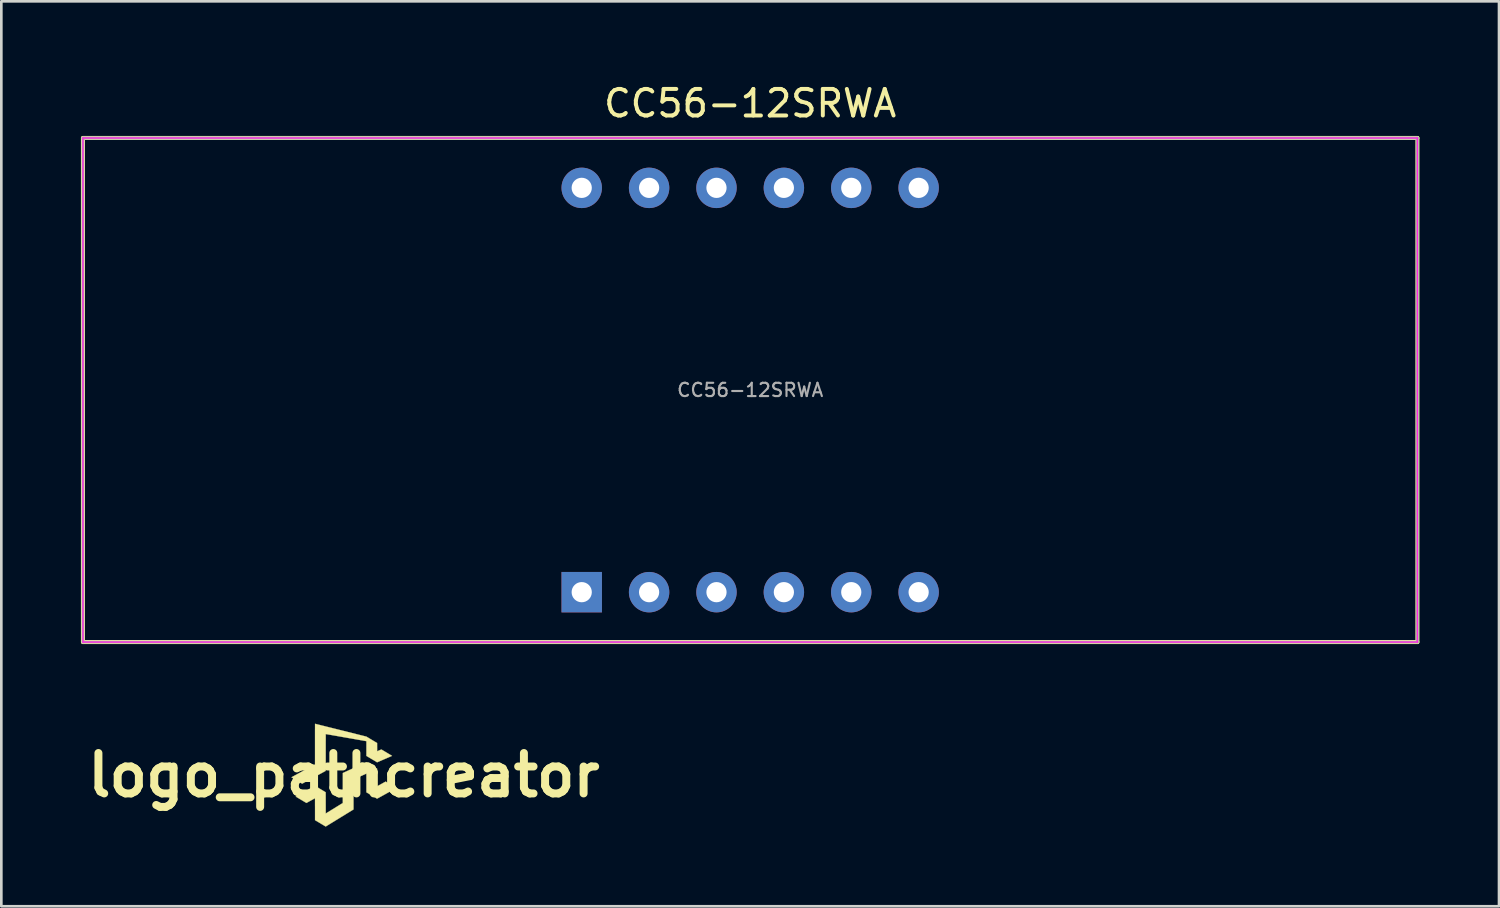
<source format=kicad_pcb>
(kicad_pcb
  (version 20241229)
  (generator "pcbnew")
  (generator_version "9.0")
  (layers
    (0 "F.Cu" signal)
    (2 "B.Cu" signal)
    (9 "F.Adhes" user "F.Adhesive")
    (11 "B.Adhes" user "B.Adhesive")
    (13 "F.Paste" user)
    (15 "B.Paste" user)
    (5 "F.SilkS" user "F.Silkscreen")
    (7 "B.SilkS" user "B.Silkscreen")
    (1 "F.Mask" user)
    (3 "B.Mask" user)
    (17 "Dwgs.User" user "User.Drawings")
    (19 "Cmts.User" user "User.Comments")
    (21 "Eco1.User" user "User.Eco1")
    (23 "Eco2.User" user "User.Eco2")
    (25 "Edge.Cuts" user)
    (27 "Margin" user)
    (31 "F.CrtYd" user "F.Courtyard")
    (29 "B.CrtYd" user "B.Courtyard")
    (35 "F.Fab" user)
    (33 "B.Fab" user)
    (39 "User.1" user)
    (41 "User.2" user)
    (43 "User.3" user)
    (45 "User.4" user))
  (footprint "CC56-12SRWA"
    (layer "F.Cu")
    (at 25.227 11.651)
    (property "Reference" "CC56-12SRWA" (at 0 -10.803 0) (layer "F.SilkS") (effects (font (size 1 1) (thickness 0.15))))
    (attr through_hole)
    (fp_line (start -25.15 -9.5) (end -25.15 9.5) (stroke (width 0.153) (type solid)) (layer "F.SilkS"))
    (fp_line (start -25.15 -9.5) (end 25.15 -9.5) (stroke (width 0.153) (type solid)) (layer "F.SilkS"))
    (fp_line (start -25.15 9.5) (end 25.15 9.5) (stroke (width 0.153) (type solid)) (layer "F.SilkS"))
    (fp_line (start 25.15 -9.5) (end 25.15 9.5) (stroke (width 0.153) (type solid)) (layer "F.SilkS"))
    (fp_line (start -25.15 -9.5) (end -25.15 9.5) (stroke (width 0.05) (type solid)) (layer "F.CrtYd"))
    (fp_line (start -25.15 -9.5) (end 25.15 -9.5) (stroke (width 0.05) (type solid)) (layer "F.CrtYd"))
    (fp_line (start -25.15 9.5) (end 25.15 9.5) (stroke (width 0.05) (type solid)) (layer "F.CrtYd"))
    (fp_line (start 25.15 -9.5) (end 25.15 9.5) (stroke (width 0.05) (type solid)) (layer "F.CrtYd"))
    (fp_line (start -25.15 -9.5) (end -25.15 9.5) (stroke (width 0.1) (type solid)) (layer "F.Fab"))
    (fp_line (start -25.15 -9.5) (end 25.15 -9.5) (stroke (width 0.1) (type solid)) (layer "F.Fab"))
    (fp_line (start -25.15 -9.5) (end 25.15 -9.5) (stroke (width 0.1) (type solid)) (layer "F.Fab"))
    (fp_line (start -25.15 9.5) (end 25.15 9.5) (stroke (width 0.1) (type solid)) (layer "F.Fab"))
    (fp_line (start 25.15 -9.5) (end 25.15 9.5) (stroke (width 0.1) (type solid)) (layer "F.Fab"))
    (fp_text user "${REFERENCE}" (at 0 0 0) (layer "F.Fab") (effects (font (size 0.5 0.5) (thickness 0.08))))
    (pad "1" thru_hole rect (at -6.35 7.62 90) (size 1.524 1.524) (drill 0.762) (layers "*.Cu" "*.Mask"))
    (pad "2" thru_hole circle (at -3.81 7.62 90) (size 1.524 1.524) (drill 0.762) (layers "*.Cu" "*.Mask"))
    (pad "3" thru_hole circle (at -1.27 7.62 90) (size 1.524 1.524) (drill 0.762) (layers "*.Cu" "*.Mask"))
    (pad "4" thru_hole circle (at 1.27 7.62 90) (size 1.524 1.524) (drill 0.762) (layers "*.Cu" "*.Mask"))
    (pad "5" thru_hole circle (at 3.81 7.62 90) (size 1.524 1.524) (drill 0.762) (layers "*.Cu" "*.Mask"))
    (pad "6" thru_hole circle (at 6.35 7.62 90) (size 1.524 1.524) (drill 0.762) (layers "*.Cu" "*.Mask"))
    (pad "7" thru_hole circle (at 6.35 -7.62 270) (size 1.524 1.524) (drill 0.762) (layers "*.Cu" "*.Mask"))
    (pad "8" thru_hole circle (at 3.81 -7.62 270) (size 1.524 1.524) (drill 0.762) (layers "*.Cu" "*.Mask"))
    (pad "9" thru_hole circle (at 1.27 -7.62 270) (size 1.524 1.524) (drill 0.762) (layers "*.Cu" "*.Mask"))
    (pad "10" thru_hole circle (at -1.27 -7.62 270) (size 1.524 1.524) (drill 0.762) (layers "*.Cu" "*.Mask"))
    (pad "11" thru_hole circle (at -3.81 -7.62 270) (size 1.524 1.524) (drill 0.762) (layers "*.Cu" "*.Mask"))
    (pad "12" thru_hole circle (at -6.35 -7.62 270) (size 1.524 1.524) (drill 0.762) (layers "*.Cu" "*.Mask")))
  (footprint "logo_pathcreator"
    (layer "F.Cu")
    (at 9.913 26.168)
    (property "Reference" "logo_pathcreator" (at 0 0 0) (layer "F.SilkS") (effects (font (size 1.524 1.524) (thickness 0.3))))
    (attr through_hole)
    (fp_poly (pts (xy -1.085 -1.935) (xy -1.08 -1.934) (xy -1.072 -1.932) (xy -1.061 -1.929) (xy -1.047 -1.926) (xy -1.03 -1.921) (xy -1.011 -1.917) (xy -0.988 -1.911) (xy -0.964 -1.905) (xy -0.936 -1.898) (xy -0.907 -1.891) (xy -0.875 -1.883) (xy -0.841 -1.874) (xy -0.805 -1.865) (xy -0.766 -1.856) (xy -0.726 -1.846) (xy -0.684 -1.835) (xy -0.641 -1.824) (xy -0.595 -1.813) (xy -0.548 -1.801) (xy -0.5 -1.789) (xy -0.45 -1.777) (xy -0.399 -1.764) (xy -0.347 -1.751) (xy -0.294 -1.738) (xy -0.239 -1.724) (xy -0.184 -1.71) (xy -0.128 -1.696) (xy -0.118 -1.694) (xy 0.849 -1.452) (xy 1.05 -1.331) (xy 1.251 -1.211) (xy 1.252 -0.899) (xy 1.331 -0.933) (xy 1.346 -0.94) (xy 1.361 -0.946) (xy 1.374 -0.952) (xy 1.386 -0.956) (xy 1.396 -0.96) (xy 1.404 -0.964) (xy 1.41 -0.966) (xy 1.413 -0.966) (xy 1.413 -0.966) (xy 1.415 -0.965) (xy 1.419 -0.963) (xy 1.426 -0.959) (xy 1.436 -0.954) (xy 1.447 -0.947) (xy 1.46 -0.939) (xy 1.475 -0.93) (xy 1.491 -0.921) (xy 1.509 -0.91) (xy 1.528 -0.899) (xy 1.547 -0.887) (xy 1.567 -0.875) (xy 1.588 -0.863) (xy 1.609 -0.851) (xy 1.629 -0.838) (xy 1.65 -0.826) (xy 1.671 -0.813) (xy 1.69 -0.801) (xy 1.709 -0.79) (xy 1.728 -0.779) (xy 1.744 -0.769) (xy 1.76 -0.76) (xy 1.774 -0.751) (xy 1.786 -0.744) (xy 1.796 -0.737) (xy 1.804 -0.733) (xy 1.81 -0.729) (xy 1.813 -0.727) (xy 1.814 -0.727) (xy 1.812 -0.726) (xy 1.808 -0.724) (xy 1.8 -0.721) (xy 1.79 -0.716) (xy 1.778 -0.711) (xy 1.763 -0.704) (xy 1.746 -0.697) (xy 1.727 -0.689) (xy 1.706 -0.68) (xy 1.684 -0.67) (xy 1.66 -0.66) (xy 1.634 -0.649) (xy 1.607 -0.637) (xy 1.579 -0.625) (xy 1.55 -0.613) (xy 1.532 -0.605) (xy 1.251 -0.484) (xy 1.05 -0.605) (xy 0.848 -0.726) (xy 0.848 -1.003) (xy 0.848 -1.041) (xy 0.848 -1.077) (xy 0.848 -1.11) (xy 0.848 -1.14) (xy 0.848 -1.168) (xy 0.848 -1.193) (xy 0.848 -1.215) (xy 0.848 -1.233) (xy 0.848 -1.249) (xy 0.847 -1.262) (xy 0.847 -1.271) (xy 0.847 -1.278) (xy 0.847 -1.281) (xy 0.847 -1.281) (xy 0.845 -1.281) (xy 0.84 -1.282) (xy 0.832 -1.284) (xy 0.821 -1.286) (xy 0.807 -1.288) (xy 0.791 -1.291) (xy 0.772 -1.294) (xy 0.75 -1.298) (xy 0.726 -1.302) (xy 0.7 -1.307) (xy 0.672 -1.312) (xy 0.642 -1.317) (xy 0.61 -1.323) (xy 0.577 -1.329) (xy 0.542 -1.335) (xy 0.505 -1.341) (xy 0.468 -1.348) (xy 0.429 -1.355) (xy 0.389 -1.362) (xy 0.348 -1.369) (xy 0.306 -1.376) (xy 0.264 -1.384) (xy 0.221 -1.391) (xy 0.177 -1.399) (xy 0.134 -1.406) (xy 0.09 -1.414) (xy 0.046 -1.422) (xy 0.003 -1.429) (xy -0.041 -1.437) (xy -0.084 -1.445) (xy -0.127 -1.452) (xy -0.169 -1.459) (xy -0.21 -1.467) (xy -0.25 -1.474) (xy -0.29 -1.481) (xy -0.328 -1.487) (xy -0.365 -1.494) (xy -0.401 -1.5) (xy -0.435 -1.506) (xy -0.467 -1.512) (xy -0.498 -1.517) (xy -0.527 -1.522) (xy -0.554 -1.527) (xy -0.579 -1.531) (xy -0.601 -1.535) (xy -0.621 -1.538) (xy -0.639 -1.542) (xy -0.654 -1.544) (xy -0.666 -1.546) (xy -0.675 -1.548) (xy -0.681 -1.549) (xy -0.684 -1.549) (xy -0.684 -1.549) (xy -0.685 -1.548) (xy -0.685 -1.543) (xy -0.685 -1.535) (xy -0.685 -1.524) (xy -0.685 -1.509) (xy -0.685 -1.492) (xy -0.685 -1.473) (xy -0.685 -1.451) (xy -0.685 -1.426) (xy -0.685 -1.399) (xy -0.685 -1.369) (xy -0.685 -1.338) (xy -0.685 -1.304) (xy -0.686 -1.269) (xy -0.686 -1.231) (xy -0.686 -1.192) (xy -0.686 -1.152) (xy -0.686 -1.11) (xy -0.686 -1.066) (xy -0.686 -1.021) (xy -0.686 -0.976) (xy -0.686 -0.929) (xy -0.686 -0.881) (xy -0.686 -0.856) (xy -0.686 -0.163) (xy -0.692 -0.159) (xy -0.694 -0.157) (xy -0.7 -0.154) (xy -0.707 -0.15) (xy -0.718 -0.144) (xy -0.73 -0.138) (xy -0.745 -0.129) (xy -0.762 -0.12) (xy -0.781 -0.11) (xy -0.802 -0.098) (xy -0.824 -0.086) (xy -0.848 -0.073) (xy -0.874 -0.059) (xy -0.9 -0.045) (xy -0.928 -0.03) (xy -0.957 -0.014) (xy -0.986 0.002) (xy -1.016 0.018) (xy -1.047 0.035) (xy -1.078 0.052) (xy -1.109 0.069) (xy -1.14 0.086) (xy -1.172 0.103) (xy -1.203 0.12) (xy -1.234 0.137) (xy -1.264 0.154) (xy -1.294 0.17) (xy -1.323 0.186) (xy -1.351 0.201) (xy -1.378 0.216) (xy -1.404 0.23) (xy -1.429 0.243) (xy -1.452 0.256) (xy -1.474 0.267) (xy -1.493 0.278) (xy -1.511 0.288) (xy -1.527 0.297) (xy -1.541 0.304) (xy -1.553 0.31) (xy -1.562 0.315) (xy -1.568 0.319) (xy -1.572 0.321) (xy -1.573 0.321) (xy -1.575 0.32) (xy -1.579 0.318) (xy -1.586 0.314) (xy -1.596 0.308) (xy -1.608 0.301) (xy -1.622 0.293) (xy -1.639 0.283) (xy -1.657 0.272) (xy -1.677 0.26) (xy -1.699 0.247) (xy -1.722 0.234) (xy -1.747 0.219) (xy -1.773 0.203) (xy -1.776 0.201) (xy -1.976 0.081) (xy -1.972 0.078) (xy -1.97 0.077) (xy -1.965 0.074) (xy -1.958 0.07) (xy -1.947 0.065) (xy -1.935 0.058) (xy -1.92 0.05) (xy -1.903 0.04) (xy -1.883 0.03) (xy -1.862 0.018) (xy -1.839 0.005) (xy -1.813 -0.008) (xy -1.787 -0.023) (xy -1.758 -0.039) (xy -1.728 -0.055) (xy -1.697 -0.072) (xy -1.665 -0.089) (xy -1.631 -0.108) (xy -1.597 -0.126) (xy -1.562 -0.146) (xy -1.528 -0.164) (xy -1.089 -0.404) (xy -1.089 -1.17) (xy -1.089 -1.232) (xy -1.089 -1.292) (xy -1.089 -1.348) (xy -1.089 -1.401) (xy -1.089 -1.451) (xy -1.089 -1.498) (xy -1.089 -1.542) (xy -1.089 -1.584) (xy -1.089 -1.622) (xy -1.089 -1.658) (xy -1.089 -1.691) (xy -1.089 -1.722) (xy -1.088 -1.75) (xy -1.088 -1.776) (xy -1.088 -1.8) (xy -1.088 -1.821) (xy -1.088 -1.841) (xy -1.088 -1.858) (xy -1.088 -1.873) (xy -1.088 -1.887) (xy -1.088 -1.898) (xy -1.088 -1.908) (xy -1.088 -1.916) (xy -1.087 -1.923) (xy -1.087 -1.928) (xy -1.087 -1.932) (xy -1.087 -1.934) (xy -1.087 -1.935) (xy -1.087 -1.935) (xy -1.085 -1.935)) (stroke (width 0.01) (type solid)) (fill yes) (layer "F.SilkS"))
    (fp_poly (pts (xy 0.849 -0.482) (xy 0.854 -0.48) (xy 0.861 -0.476) (xy 0.87 -0.47) (xy 0.881 -0.463) (xy 0.895 -0.455) (xy 0.911 -0.446) (xy 0.928 -0.436) (xy 0.947 -0.425) (xy 0.967 -0.412) (xy 0.989 -0.4) (xy 1.011 -0.386) (xy 1.035 -0.372) (xy 1.05 -0.363) (xy 1.251 -0.242) (xy 1.252 0.09) (xy 1.252 0.421) (xy 1.413 0.332) (xy 1.574 0.242) (xy 1.579 0.245) (xy 1.581 0.247) (xy 1.586 0.25) (xy 1.593 0.254) (xy 1.603 0.26) (xy 1.615 0.267) (xy 1.629 0.275) (xy 1.645 0.285) (xy 1.662 0.295) (xy 1.681 0.307) (xy 1.702 0.319) (xy 1.723 0.332) (xy 1.746 0.346) (xy 1.769 0.36) (xy 1.78 0.366) (xy 1.808 0.383) (xy 1.833 0.398) (xy 1.856 0.412) (xy 1.876 0.424) (xy 1.893 0.434) (xy 1.909 0.443) (xy 1.922 0.452) (xy 1.933 0.459) (xy 1.943 0.464) (xy 1.951 0.469) (xy 1.958 0.474) (xy 1.963 0.477) (xy 1.967 0.48) (xy 1.969 0.482) (xy 1.971 0.483) (xy 1.973 0.484) (xy 1.973 0.485) (xy 1.973 0.486) (xy 1.973 0.486) (xy 1.972 0.486) (xy 1.971 0.488) (xy 1.966 0.49) (xy 1.959 0.494) (xy 1.949 0.5) (xy 1.936 0.507) (xy 1.922 0.515) (xy 1.905 0.524) (xy 1.886 0.535) (xy 1.865 0.546) (xy 1.842 0.559) (xy 1.818 0.573) (xy 1.792 0.587) (xy 1.765 0.602) (xy 1.736 0.618) (xy 1.707 0.634) (xy 1.676 0.652) (xy 1.644 0.669) (xy 1.612 0.687) (xy 1.61 0.688) (xy 1.569 0.711) (xy 1.53 0.732) (xy 1.495 0.752) (xy 1.462 0.77) (xy 1.433 0.786) (xy 1.405 0.802) (xy 1.38 0.815) (xy 1.358 0.828) (xy 1.338 0.839) (xy 1.32 0.848) (xy 1.304 0.857) (xy 1.291 0.864) (xy 1.279 0.871) (xy 1.269 0.876) (xy 1.262 0.88) (xy 1.256 0.883) (xy 1.252 0.885) (xy 1.249 0.886) (xy 1.248 0.886) (xy 1.246 0.885) (xy 1.242 0.882) (xy 1.235 0.878) (xy 1.225 0.872) (xy 1.214 0.865) (xy 1.2 0.857) (xy 1.184 0.848) (xy 1.167 0.837) (xy 1.148 0.826) (xy 1.128 0.814) (xy 1.106 0.801) (xy 1.084 0.788) (xy 1.06 0.774) (xy 1.047 0.765) (xy 0.848 0.646) (xy 0.848 0.294) (xy 0.848 0.251) (xy 0.848 0.211) (xy 0.848 0.175) (xy 0.848 0.141) (xy 0.848 0.11) (xy 0.848 0.083) (xy 0.848 0.058) (xy 0.848 0.036) (xy 0.848 0.016) (xy 0.848 -0.001) (xy 0.848 -0.016) (xy 0.848 -0.028) (xy 0.847 -0.038) (xy 0.847 -0.046) (xy 0.847 -0.051) (xy 0.847 -0.055) (xy 0.847 -0.057) (xy 0.846 -0.058) (xy 0.845 -0.057) (xy 0.84 -0.055) (xy 0.833 -0.052) (xy 0.823 -0.047) (xy 0.81 -0.042) (xy 0.796 -0.035) (xy 0.779 -0.027) (xy 0.76 -0.019) (xy 0.74 -0.01) (xy 0.718 0.000067) (xy 0.695 0.011) (xy 0.67 0.022) (xy 0.644 0.033) (xy 0.618 0.046) (xy 0.603 0.052) (xy 0.362 0.162) (xy 0.362 1.292) (xy -0.161 1.614) (xy -0.2 1.638) (xy -0.238 1.661) (xy -0.275 1.684) (xy -0.311 1.706) (xy -0.346 1.728) (xy -0.38 1.749) (xy -0.413 1.769) (xy -0.445 1.788) (xy -0.474 1.806) (xy -0.503 1.824) (xy -0.53 1.84) (xy -0.555 1.856) (xy -0.578 1.87) (xy -0.599 1.883) (xy -0.618 1.895) (xy -0.635 1.905) (xy -0.65 1.914) (xy -0.662 1.922) (xy -0.672 1.928) (xy -0.679 1.932) (xy -0.684 1.935) (xy -0.686 1.936) (xy -0.686 1.936) (xy -0.687 1.936) (xy -0.692 1.933) (xy -0.698 1.929) (xy -0.708 1.924) (xy -0.719 1.917) (xy -0.733 1.909) (xy -0.748 1.9) (xy -0.765 1.889) (xy -0.784 1.878) (xy -0.804 1.866) (xy -0.826 1.853) (xy -0.848 1.84) (xy -0.872 1.826) (xy -0.887 1.816) (xy -1.088 1.696) (xy -1.088 1.283) (xy -1.088 1.238) (xy -1.088 1.197) (xy -1.089 1.159) (xy -1.089 1.124) (xy -1.089 1.092) (xy -1.089 1.062) (xy -1.089 1.036) (xy -1.089 1.011) (xy -1.089 0.99) (xy -1.089 0.97) (xy -1.089 0.953) (xy -1.089 0.938) (xy -1.089 0.924) (xy -1.089 0.913) (xy -1.09 0.903) (xy -1.09 0.895) (xy -1.09 0.888) (xy -1.09 0.883) (xy -1.09 0.878) (xy -1.09 0.875) (xy -1.091 0.873) (xy -1.091 0.872) (xy -1.091 0.871) (xy -1.091 0.871) (xy -1.093 0.872) (xy -1.098 0.874) (xy -1.105 0.878) (xy -1.114 0.884) (xy -1.126 0.89) (xy -1.14 0.898) (xy -1.155 0.906) (xy -1.172 0.916) (xy -1.191 0.926) (xy -1.21 0.937) (xy -1.231 0.948) (xy -1.252 0.96) (xy -1.253 0.96) (xy -1.274 0.972) (xy -1.295 0.983) (xy -1.314 0.994) (xy -1.333 1.004) (xy -1.35 1.014) (xy -1.365 1.022) (xy -1.379 1.03) (xy -1.39 1.036) (xy -1.4 1.041) (xy -1.407 1.045) (xy -1.411 1.047) (xy -1.413 1.048) (xy -1.413 1.048) (xy -1.415 1.047) (xy -1.419 1.044) (xy -1.426 1.04) (xy -1.435 1.035) (xy -1.446 1.028) (xy -1.459 1.021) (xy -1.474 1.012) (xy -1.49 1.002) (xy -1.508 0.992) (xy -1.526 0.98) (xy -1.546 0.969) (xy -1.566 0.957) (xy -1.587 0.944) (xy -1.607 0.932) (xy -1.628 0.919) (xy -1.649 0.907) (xy -1.669 0.895) (xy -1.689 0.883) (xy -1.708 0.871) (xy -1.727 0.86) (xy -1.744 0.85) (xy -1.759 0.841) (xy -1.774 0.832) (xy -1.786 0.825) (xy -1.796 0.818) (xy -1.805 0.813) (xy -1.811 0.809) (xy -1.814 0.807) (xy -1.815 0.807) (xy -1.813 0.806) (xy -1.809 0.803) (xy -1.802 0.799) (xy -1.792 0.794) (xy -1.78 0.787) (xy -1.766 0.78) (xy -1.75 0.771) (xy -1.732 0.761) (xy -1.712 0.75) (xy -1.691 0.738) (xy -1.668 0.725) (xy -1.644 0.712) (xy -1.619 0.698) (xy -1.593 0.684) (xy -1.566 0.669) (xy -1.539 0.653) (xy -1.511 0.638) (xy -1.483 0.622) (xy -1.455 0.607) (xy -1.426 0.591) (xy -1.398 0.575) (xy -1.37 0.56) (xy -1.343 0.545) (xy -1.316 0.53) (xy -1.29 0.515) (xy -1.264 0.501) (xy -1.24 0.488) (xy -1.217 0.475) (xy -1.196 0.463) (xy -1.176 0.452) (xy -1.158 0.442) (xy -1.141 0.433) (xy -1.127 0.425) (xy -1.115 0.418) (xy -1.105 0.413) (xy -1.097 0.409) (xy -1.093 0.406) (xy -1.091 0.405) (xy -1.09 0.405) (xy -1.089 0.406) (xy -1.084 0.408) (xy -1.077 0.412) (xy -1.068 0.418) (xy -1.056 0.425) (xy -1.042 0.433) (xy -1.027 0.442) (xy -1.009 0.452) (xy -0.99 0.463) (xy -0.97 0.475) (xy -0.949 0.488) (xy -0.926 0.502) (xy -0.903 0.516) (xy -0.887 0.525) (xy -0.687 0.645) (xy -0.686 1.046) (xy -0.685 1.446) (xy -0.363 1.248) (xy -0.041 1.05) (xy -0.041 0.485) (xy -0.04 -0.08) (xy -0.032 -0.084) (xy -0.028 -0.086) (xy -0.022 -0.089) (xy -0.012 -0.093) (xy -0.000462 -0.099) (xy 0.014 -0.105) (xy 0.03 -0.113) (xy 0.049 -0.121) (xy 0.069 -0.13) (xy 0.091 -0.14) (xy 0.115 -0.151) (xy 0.141 -0.163) (xy 0.167 -0.175) (xy 0.195 -0.188) (xy 0.224 -0.201) (xy 0.254 -0.214) (xy 0.284 -0.228) (xy 0.315 -0.242) (xy 0.347 -0.256) (xy 0.379 -0.271) (xy 0.411 -0.285) (xy 0.442 -0.3) (xy 0.474 -0.314) (xy 0.506 -0.329) (xy 0.537 -0.343) (xy 0.567 -0.356) (xy 0.597 -0.37) (xy 0.625 -0.383) (xy 0.653 -0.395) (xy 0.679 -0.407) (xy 0.704 -0.419) (xy 0.728 -0.429) (xy 0.75 -0.439) (xy 0.77 -0.448) (xy 0.788 -0.456) (xy 0.804 -0.464) (xy 0.818 -0.47) (xy 0.829 -0.475) (xy 0.838 -0.479) (xy 0.844 -0.482) (xy 0.847 -0.483) (xy 0.848 -0.483) (xy 0.849 -0.482)) (stroke (width 0.01) (type solid)) (fill yes) (layer "F.SilkS")))
  (gr_rect
    (start -3 -3)
    (end 53.453 31.11)
    (stroke (width 0.1) (type default))
    (fill no)
    (layer "Edge.Cuts")))
</source>
